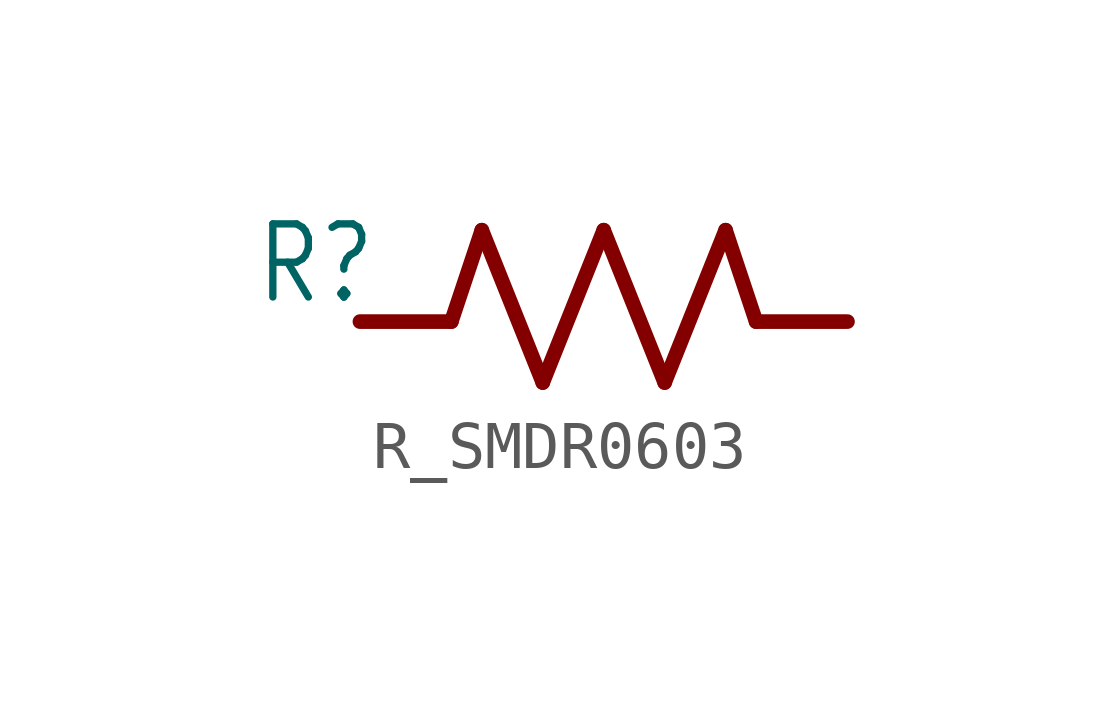
<source format=kicad_sym>
(kicad_symbol_lib
  (version 20231120)
  (generator "kicad_symbol_editor")
  (generator_version "8.0")
  (symbol "R_SMDR0603"
    (property "Reference" "R"
      (at -7.303 0.318 0)
      (effects (font (size 1.524 1.295)) (justify left bottom)))
    (property "Value" ""
      (at 3.334 0.318 0)
      (effects (font (size 1.524 1.295)) (justify left bottom)))
    (property "ki_locked" ""
      (at 0 0 0)
      (effects (font (size 1.27 1.27))))
    (symbol "R_SMDR0603_1_0"
      (polyline (pts (xy -3.175 0) (xy -5.08 0)) (stroke (width 0.305) (type solid)) (fill (type none)))
      (polyline (pts (xy -2.54 1.905) (xy -3.175 0)) (stroke (width 0.305) (type solid)) (fill (type none)))
      (polyline (pts (xy -2.54 1.905) (xy -1.27 -1.27)) (stroke (width 0.305) (type solid)) (fill (type none)))
      (polyline (pts (xy -1.27 -1.27) (xy 0 1.905)) (stroke (width 0.305) (type solid)) (fill (type none)))
      (polyline (pts (xy 0 1.905) (xy 1.27 -1.27)) (stroke (width 0.305) (type solid)) (fill (type none)))
      (polyline (pts (xy 1.27 -1.27) (xy 2.54 1.905)) (stroke (width 0.305) (type solid)) (fill (type none)))
      (polyline (pts (xy 2.54 1.905) (xy 3.175 0)) (stroke (width 0.305) (type solid)) (fill (type none)))
      (polyline (pts (xy 3.175 0) (xy 5.08 0)) (stroke (width 0.305) (type solid)) (fill (type none)))
      (pin passive line (at -5.08 0 0) (length 0) (name "1" (effects (font (size 0 0)))) (number "P$1" (effects (font (size 0 0)))))
      (pin passive line (at 5.08 0 180) (length 0) (name "2" (effects (font (size 0 0)))) (number "P$2" (effects (font (size 0 0))))))))
</source>
